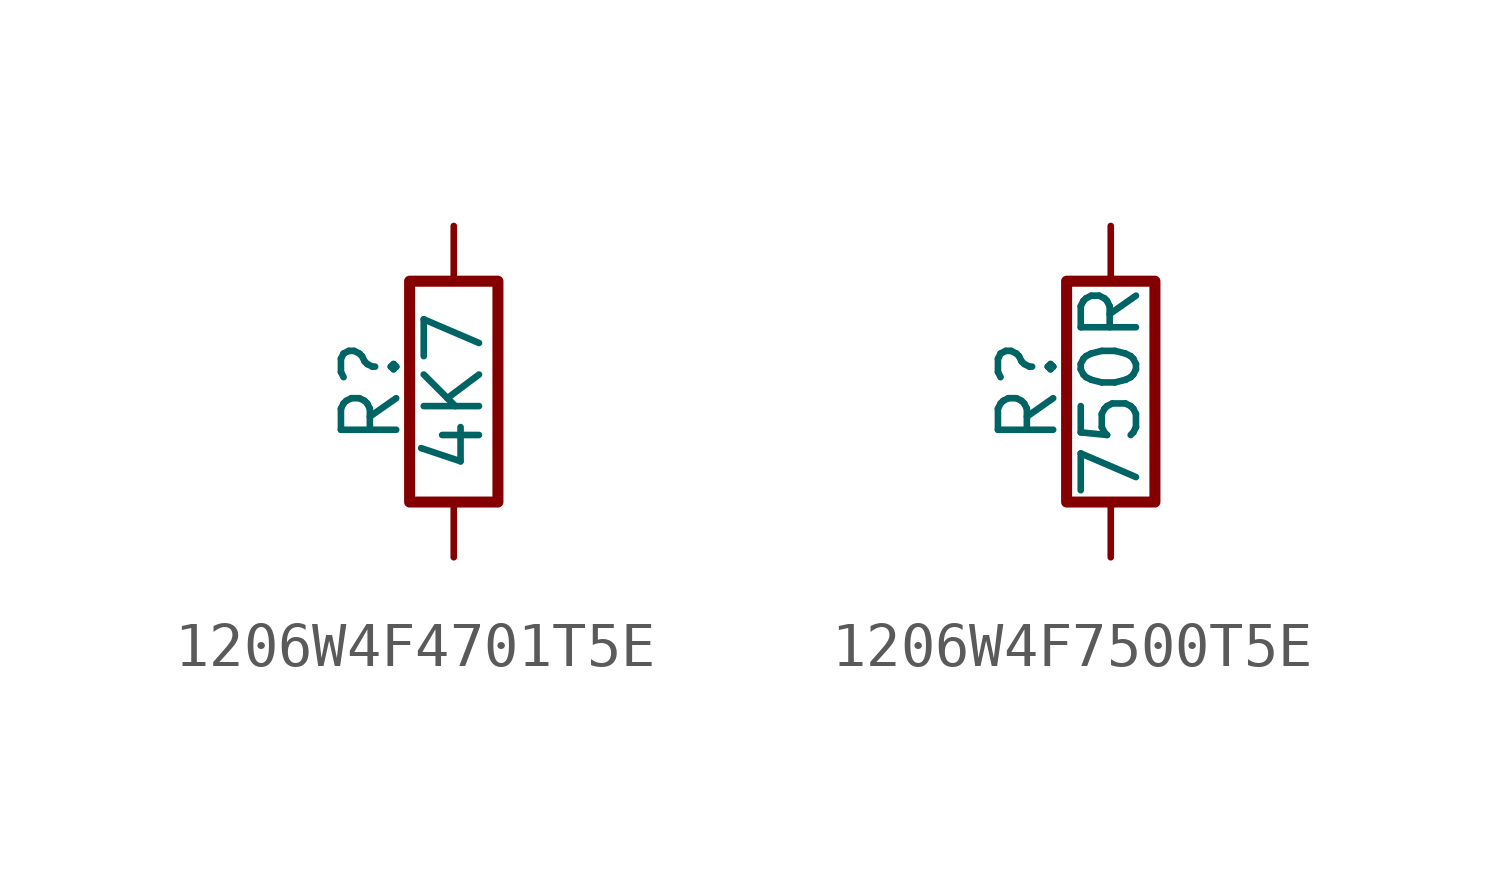
<source format=kicad_sym>
(kicad_symbol_lib
  (version 20211014)
  (generator conandllu_kicad_symbol_generator_20230404_23:29:43)
  (symbol "1206W4F4701T5E"
    (pin_numbers hide)
    (pin_names
      (offset 0))
    (property "Reference" "R"
      (at -1.905 0 90)
      (effects (font (size 1.27 1.27))))
    (property "Value" "4K7"
      (at 0 0 90)
      (effects (font (size 1.27 1.27))))
    (symbol "1206W4F4701T5E_0_1"
      (rectangle (start -1.016 -2.54) (end 1.016 2.54) (stroke (width 0.254) (type default) (color 0 0 0 0)) (fill (type none))))
    (symbol "1206W4F4701T5E_1_1"
      (pin passive line (at 0 3.81 270) (length 1.27) (name "~" (effects (font (size 1.27 1.27)))) (number "1" (effects (font (size 1.27 1.27)))))
      (pin passive line (at 0 -3.81 90) (length 1.27) (name "~" (effects (font (size 1.27 1.27)))) (number "2" (effects (font (size 1.27 1.27)))))))
  (symbol "1206W4F7500T5E"
    (pin_numbers hide)
    (pin_names
      (offset 0))
    (property "Reference" "R"
      (at -1.905 0 90)
      (effects (font (size 1.27 1.27))))
    (property "Value" "750R"
      (at 0 0 90)
      (effects (font (size 1.27 1.27))))
    (symbol "1206W4F7500T5E_0_1"
      (rectangle (start -1.016 -2.54) (end 1.016 2.54) (stroke (width 0.254) (type default) (color 0 0 0 0)) (fill (type none))))
    (symbol "1206W4F7500T5E_1_1"
      (pin passive line (at 0 3.81 270) (length 1.27) (name "~" (effects (font (size 1.27 1.27)))) (number "1" (effects (font (size 1.27 1.27)))))
      (pin passive line (at 0 -3.81 90) (length 1.27) (name "~" (effects (font (size 1.27 1.27)))) (number "2" (effects (font (size 1.27 1.27))))))))
</source>
